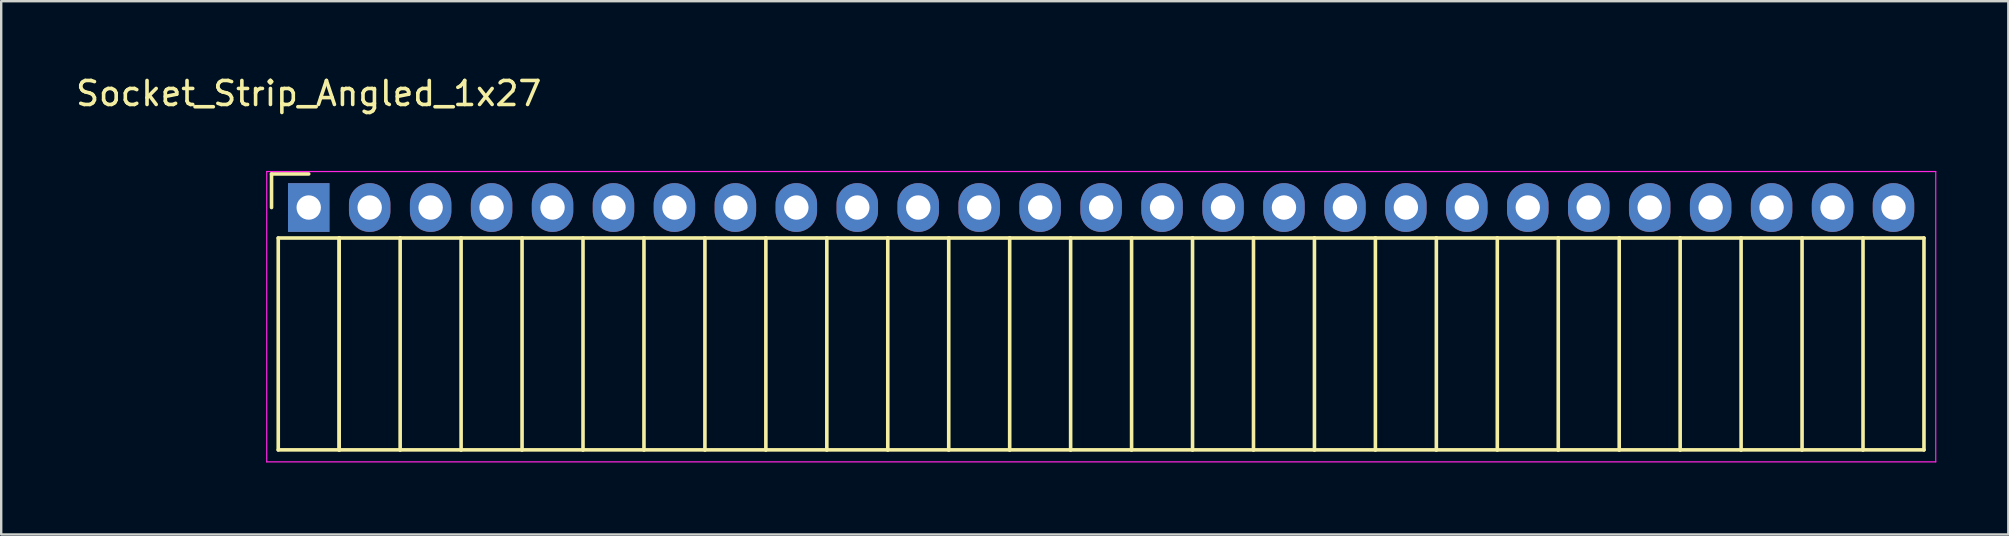
<source format=kicad_pcb>
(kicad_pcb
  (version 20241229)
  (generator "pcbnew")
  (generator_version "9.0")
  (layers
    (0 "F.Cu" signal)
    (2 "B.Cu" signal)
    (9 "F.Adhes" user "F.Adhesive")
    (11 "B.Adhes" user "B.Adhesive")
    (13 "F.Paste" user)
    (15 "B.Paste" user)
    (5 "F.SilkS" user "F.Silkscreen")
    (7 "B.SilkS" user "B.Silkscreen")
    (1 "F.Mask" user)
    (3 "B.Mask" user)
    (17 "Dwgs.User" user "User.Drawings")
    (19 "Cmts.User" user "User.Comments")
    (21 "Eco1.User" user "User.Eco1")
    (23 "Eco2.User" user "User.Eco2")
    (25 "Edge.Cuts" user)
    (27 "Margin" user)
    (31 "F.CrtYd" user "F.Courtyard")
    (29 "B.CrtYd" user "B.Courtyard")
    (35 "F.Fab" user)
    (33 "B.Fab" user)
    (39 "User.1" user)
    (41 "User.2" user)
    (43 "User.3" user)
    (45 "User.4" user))
  (footprint "Socket_Strip_Angled_1x27"
    (layer "F.Cu")
    (at 9.815 5.598)
    (property "Reference" "Socket_Strip_Angled_1x27" (at 0 -4.75 0) (layer "F.SilkS") (effects (font (size 1 1) (thickness 0.15))))
    (attr through_hole)
    (fp_line (start -1.55 -1.4) (end -1.55 0) (stroke (width 0.15) (type solid)) (layer "F.SilkS"))
    (fp_line (start -1.27 1.27) (end -1.27 10.1) (stroke (width 0.15) (type solid)) (layer "F.SilkS"))
    (fp_line (start -1.27 1.27) (end 1.27 1.27) (stroke (width 0.15) (type solid)) (layer "F.SilkS"))
    (fp_line (start -1.27 10.1) (end 1.27 10.1) (stroke (width 0.15) (type solid)) (layer "F.SilkS"))
    (fp_line (start 0 -1.4) (end -1.55 -1.4) (stroke (width 0.15) (type solid)) (layer "F.SilkS"))
    (fp_line (start 1.27 1.27) (end 1.27 10.1) (stroke (width 0.15) (type solid)) (layer "F.SilkS"))
    (fp_line (start 1.27 1.27) (end 3.81 1.27) (stroke (width 0.15) (type solid)) (layer "F.SilkS"))
    (fp_line (start 1.27 10.1) (end 1.27 1.27) (stroke (width 0.15) (type solid)) (layer "F.SilkS"))
    (fp_line (start 1.27 10.1) (end 3.81 10.1) (stroke (width 0.15) (type solid)) (layer "F.SilkS"))
    (fp_line (start 3.81 1.27) (end 6.35 1.27) (stroke (width 0.15) (type solid)) (layer "F.SilkS"))
    (fp_line (start 3.81 10.1) (end 3.81 1.27) (stroke (width 0.15) (type solid)) (layer "F.SilkS"))
    (fp_line (start 3.81 10.1) (end 6.35 10.1) (stroke (width 0.15) (type solid)) (layer "F.SilkS"))
    (fp_line (start 6.35 1.27) (end 8.89 1.27) (stroke (width 0.15) (type solid)) (layer "F.SilkS"))
    (fp_line (start 6.35 10.1) (end 6.35 1.27) (stroke (width 0.15) (type solid)) (layer "F.SilkS"))
    (fp_line (start 6.35 10.1) (end 8.89 10.1) (stroke (width 0.15) (type solid)) (layer "F.SilkS"))
    (fp_line (start 8.89 1.27) (end 11.43 1.27) (stroke (width 0.15) (type solid)) (layer "F.SilkS"))
    (fp_line (start 8.89 10.1) (end 8.89 1.27) (stroke (width 0.15) (type solid)) (layer "F.SilkS"))
    (fp_line (start 8.89 10.1) (end 11.43 10.1) (stroke (width 0.15) (type solid)) (layer "F.SilkS"))
    (fp_line (start 11.43 1.27) (end 13.97 1.27) (stroke (width 0.15) (type solid)) (layer "F.SilkS"))
    (fp_line (start 11.43 10.1) (end 11.43 1.27) (stroke (width 0.15) (type solid)) (layer "F.SilkS"))
    (fp_line (start 11.43 10.1) (end 13.97 10.1) (stroke (width 0.15) (type solid)) (layer "F.SilkS"))
    (fp_line (start 13.97 1.27) (end 16.51 1.27) (stroke (width 0.15) (type solid)) (layer "F.SilkS"))
    (fp_line (start 13.97 10.1) (end 13.97 1.27) (stroke (width 0.15) (type solid)) (layer "F.SilkS"))
    (fp_line (start 13.97 10.1) (end 16.51 10.1) (stroke (width 0.15) (type solid)) (layer "F.SilkS"))
    (fp_line (start 16.51 1.27) (end 19.05 1.27) (stroke (width 0.15) (type solid)) (layer "F.SilkS"))
    (fp_line (start 16.51 10.1) (end 16.51 1.27) (stroke (width 0.15) (type solid)) (layer "F.SilkS"))
    (fp_line (start 16.51 10.1) (end 19.05 10.1) (stroke (width 0.15) (type solid)) (layer "F.SilkS"))
    (fp_line (start 19.05 1.27) (end 21.59 1.27) (stroke (width 0.15) (type solid)) (layer "F.SilkS"))
    (fp_line (start 19.05 10.1) (end 19.05 1.27) (stroke (width 0.15) (type solid)) (layer "F.SilkS"))
    (fp_line (start 19.05 10.1) (end 21.59 10.1) (stroke (width 0.15) (type solid)) (layer "F.SilkS"))
    (fp_line (start 21.59 1.27) (end 24.13 1.27) (stroke (width 0.15) (type solid)) (layer "F.SilkS"))
    (fp_line (start 21.59 10.1) (end 21.59 1.27) (stroke (width 0.15) (type solid)) (layer "F.SilkS"))
    (fp_line (start 21.59 10.1) (end 24.13 10.1) (stroke (width 0.15) (type solid)) (layer "F.SilkS"))
    (fp_line (start 24.13 1.27) (end 26.67 1.27) (stroke (width 0.15) (type solid)) (layer "F.SilkS"))
    (fp_line (start 24.13 10.1) (end 24.13 1.27) (stroke (width 0.15) (type solid)) (layer "F.SilkS"))
    (fp_line (start 24.13 10.1) (end 26.67 10.1) (stroke (width 0.15) (type solid)) (layer "F.SilkS"))
    (fp_line (start 26.67 1.27) (end 29.21 1.27) (stroke (width 0.15) (type solid)) (layer "F.SilkS"))
    (fp_line (start 26.67 10.1) (end 26.67 1.27) (stroke (width 0.15) (type solid)) (layer "F.SilkS"))
    (fp_line (start 26.67 10.1) (end 29.21 10.1) (stroke (width 0.15) (type solid)) (layer "F.SilkS"))
    (fp_line (start 29.21 1.27) (end 31.75 1.27) (stroke (width 0.15) (type solid)) (layer "F.SilkS"))
    (fp_line (start 29.21 10.1) (end 29.21 1.27) (stroke (width 0.15) (type solid)) (layer "F.SilkS"))
    (fp_line (start 29.21 10.1) (end 31.75 10.1) (stroke (width 0.15) (type solid)) (layer "F.SilkS"))
    (fp_line (start 31.75 1.27) (end 34.29 1.27) (stroke (width 0.15) (type solid)) (layer "F.SilkS"))
    (fp_line (start 31.75 10.1) (end 31.75 1.27) (stroke (width 0.15) (type solid)) (layer "F.SilkS"))
    (fp_line (start 31.75 10.1) (end 34.29 10.1) (stroke (width 0.15) (type solid)) (layer "F.SilkS"))
    (fp_line (start 34.29 1.27) (end 36.83 1.27) (stroke (width 0.15) (type solid)) (layer "F.SilkS"))
    (fp_line (start 34.29 10.1) (end 34.29 1.27) (stroke (width 0.15) (type solid)) (layer "F.SilkS"))
    (fp_line (start 34.29 10.1) (end 36.83 10.1) (stroke (width 0.15) (type solid)) (layer "F.SilkS"))
    (fp_line (start 36.83 1.27) (end 39.37 1.27) (stroke (width 0.15) (type solid)) (layer "F.SilkS"))
    (fp_line (start 36.83 10.1) (end 36.83 1.27) (stroke (width 0.15) (type solid)) (layer "F.SilkS"))
    (fp_line (start 36.83 10.1) (end 39.37 10.1) (stroke (width 0.15) (type solid)) (layer "F.SilkS"))
    (fp_line (start 39.37 1.27) (end 41.91 1.27) (stroke (width 0.15) (type solid)) (layer "F.SilkS"))
    (fp_line (start 39.37 10.1) (end 39.37 1.27) (stroke (width 0.15) (type solid)) (layer "F.SilkS"))
    (fp_line (start 39.37 10.1) (end 41.91 10.1) (stroke (width 0.15) (type solid)) (layer "F.SilkS"))
    (fp_line (start 41.91 1.27) (end 44.45 1.27) (stroke (width 0.15) (type solid)) (layer "F.SilkS"))
    (fp_line (start 41.91 10.1) (end 41.91 1.27) (stroke (width 0.15) (type solid)) (layer "F.SilkS"))
    (fp_line (start 41.91 10.1) (end 44.45 10.1) (stroke (width 0.15) (type solid)) (layer "F.SilkS"))
    (fp_line (start 44.45 1.27) (end 46.99 1.27) (stroke (width 0.15) (type solid)) (layer "F.SilkS"))
    (fp_line (start 44.45 10.1) (end 44.45 1.27) (stroke (width 0.15) (type solid)) (layer "F.SilkS"))
    (fp_line (start 44.45 10.1) (end 46.99 10.1) (stroke (width 0.15) (type solid)) (layer "F.SilkS"))
    (fp_line (start 46.99 1.27) (end 49.53 1.27) (stroke (width 0.15) (type solid)) (layer "F.SilkS"))
    (fp_line (start 46.99 10.1) (end 46.99 1.27) (stroke (width 0.15) (type solid)) (layer "F.SilkS"))
    (fp_line (start 46.99 10.1) (end 49.53 10.1) (stroke (width 0.15) (type solid)) (layer "F.SilkS"))
    (fp_line (start 49.53 1.27) (end 52.07 1.27) (stroke (width 0.15) (type solid)) (layer "F.SilkS"))
    (fp_line (start 49.53 10.1) (end 49.53 1.27) (stroke (width 0.15) (type solid)) (layer "F.SilkS"))
    (fp_line (start 49.53 10.1) (end 52.07 10.1) (stroke (width 0.15) (type solid)) (layer "F.SilkS"))
    (fp_line (start 52.07 1.27) (end 54.61 1.27) (stroke (width 0.15) (type solid)) (layer "F.SilkS"))
    (fp_line (start 52.07 10.1) (end 52.07 1.27) (stroke (width 0.15) (type solid)) (layer "F.SilkS"))
    (fp_line (start 52.07 10.1) (end 54.61 10.1) (stroke (width 0.15) (type solid)) (layer "F.SilkS"))
    (fp_line (start 54.61 1.27) (end 57.15 1.27) (stroke (width 0.15) (type solid)) (layer "F.SilkS"))
    (fp_line (start 54.61 10.1) (end 54.61 1.27) (stroke (width 0.15) (type solid)) (layer "F.SilkS"))
    (fp_line (start 54.61 10.1) (end 57.15 10.1) (stroke (width 0.15) (type solid)) (layer "F.SilkS"))
    (fp_line (start 57.15 1.27) (end 59.69 1.27) (stroke (width 0.15) (type solid)) (layer "F.SilkS"))
    (fp_line (start 57.15 10.1) (end 57.15 1.27) (stroke (width 0.15) (type solid)) (layer "F.SilkS"))
    (fp_line (start 57.15 10.1) (end 59.69 10.1) (stroke (width 0.15) (type solid)) (layer "F.SilkS"))
    (fp_line (start 59.69 1.27) (end 62.23 1.27) (stroke (width 0.15) (type solid)) (layer "F.SilkS"))
    (fp_line (start 59.69 10.1) (end 59.69 1.27) (stroke (width 0.15) (type solid)) (layer "F.SilkS"))
    (fp_line (start 59.69 10.1) (end 62.23 10.1) (stroke (width 0.15) (type solid)) (layer "F.SilkS"))
    (fp_line (start 62.23 1.27) (end 64.77 1.27) (stroke (width 0.15) (type solid)) (layer "F.SilkS"))
    (fp_line (start 62.23 10.1) (end 62.23 1.27) (stroke (width 0.15) (type solid)) (layer "F.SilkS"))
    (fp_line (start 62.23 10.1) (end 64.77 10.1) (stroke (width 0.15) (type solid)) (layer "F.SilkS"))
    (fp_line (start 64.77 1.27) (end 67.31 1.27) (stroke (width 0.15) (type solid)) (layer "F.SilkS"))
    (fp_line (start 64.77 10.1) (end 64.77 1.27) (stroke (width 0.15) (type solid)) (layer "F.SilkS"))
    (fp_line (start 64.77 10.1) (end 67.31 10.1) (stroke (width 0.15) (type solid)) (layer "F.SilkS"))
    (fp_line (start 67.31 10.1) (end 67.31 1.27) (stroke (width 0.15) (type solid)) (layer "F.SilkS"))
    (fp_line (start -1.75 -1.5) (end -1.75 10.6) (stroke (width 0.05) (type solid)) (layer "F.CrtYd"))
    (fp_line (start -1.75 -1.5) (end 67.8 -1.5) (stroke (width 0.05) (type solid)) (layer "F.CrtYd"))
    (fp_line (start -1.75 10.6) (end 67.8 10.6) (stroke (width 0.05) (type solid)) (layer "F.CrtYd"))
    (fp_line (start 67.8 -1.5) (end 67.8 10.6) (stroke (width 0.05) (type solid)) (layer "F.CrtYd"))
    (pad "1" thru_hole rect (at 0 0) (size 1.727 2.032) (drill 1.016) (layers "*.Cu" "*.Mask"))
    (pad "2" thru_hole oval (at 2.54 0) (size 1.727 2.032) (drill 1.016) (layers "*.Cu" "*.Mask"))
    (pad "3" thru_hole oval (at 5.08 0) (size 1.727 2.032) (drill 1.016) (layers "*.Cu" "*.Mask"))
    (pad "4" thru_hole oval (at 7.62 0) (size 1.727 2.032) (drill 1.016) (layers "*.Cu" "*.Mask"))
    (pad "5" thru_hole oval (at 10.16 0) (size 1.727 2.032) (drill 1.016) (layers "*.Cu" "*.Mask"))
    (pad "6" thru_hole oval (at 12.7 0) (size 1.727 2.032) (drill 1.016) (layers "*.Cu" "*.Mask"))
    (pad "7" thru_hole oval (at 15.24 0) (size 1.727 2.032) (drill 1.016) (layers "*.Cu" "*.Mask"))
    (pad "8" thru_hole oval (at 17.78 0) (size 1.727 2.032) (drill 1.016) (layers "*.Cu" "*.Mask"))
    (pad "9" thru_hole oval (at 20.32 0) (size 1.727 2.032) (drill 1.016) (layers "*.Cu" "*.Mask"))
    (pad "10" thru_hole oval (at 22.86 0) (size 1.727 2.032) (drill 1.016) (layers "*.Cu" "*.Mask"))
    (pad "11" thru_hole oval (at 25.4 0) (size 1.727 2.032) (drill 1.016) (layers "*.Cu" "*.Mask"))
    (pad "12" thru_hole oval (at 27.94 0) (size 1.727 2.032) (drill 1.016) (layers "*.Cu" "*.Mask"))
    (pad "13" thru_hole oval (at 30.48 0) (size 1.727 2.032) (drill 1.016) (layers "*.Cu" "*.Mask"))
    (pad "14" thru_hole oval (at 33.02 0) (size 1.727 2.032) (drill 1.016) (layers "*.Cu" "*.Mask"))
    (pad "15" thru_hole oval (at 35.56 0) (size 1.727 2.032) (drill 1.016) (layers "*.Cu" "*.Mask"))
    (pad "16" thru_hole oval (at 38.1 0) (size 1.727 2.032) (drill 1.016) (layers "*.Cu" "*.Mask"))
    (pad "17" thru_hole oval (at 40.64 0) (size 1.727 2.032) (drill 1.016) (layers "*.Cu" "*.Mask"))
    (pad "18" thru_hole oval (at 43.18 0) (size 1.727 2.032) (drill 1.016) (layers "*.Cu" "*.Mask"))
    (pad "19" thru_hole oval (at 45.72 0) (size 1.727 2.032) (drill 1.016) (layers "*.Cu" "*.Mask"))
    (pad "20" thru_hole oval (at 48.26 0) (size 1.727 2.032) (drill 1.016) (layers "*.Cu" "*.Mask"))
    (pad "21" thru_hole oval (at 50.8 0) (size 1.727 2.032) (drill 1.016) (layers "*.Cu" "*.Mask"))
    (pad "22" thru_hole oval (at 53.34 0) (size 1.727 2.032) (drill 1.016) (layers "*.Cu" "*.Mask"))
    (pad "23" thru_hole oval (at 55.88 0) (size 1.727 2.032) (drill 1.016) (layers "*.Cu" "*.Mask"))
    (pad "24" thru_hole oval (at 58.42 0) (size 1.727 2.032) (drill 1.016) (layers "*.Cu" "*.Mask"))
    (pad "25" thru_hole oval (at 60.96 0) (size 1.727 2.032) (drill 1.016) (layers "*.Cu" "*.Mask"))
    (pad "26" thru_hole oval (at 63.5 0) (size 1.727 2.032) (drill 1.016) (layers "*.Cu" "*.Mask"))
    (pad "27" thru_hole oval (at 66.04 0) (size 1.727 2.032) (drill 1.016) (layers "*.Cu" "*.Mask")))
  (gr_rect
    (start -3 -3)
    (end 80.64 19.223)
    (stroke (width 0.1) (type default))
    (fill no)
    (layer "Edge.Cuts")))
</source>
